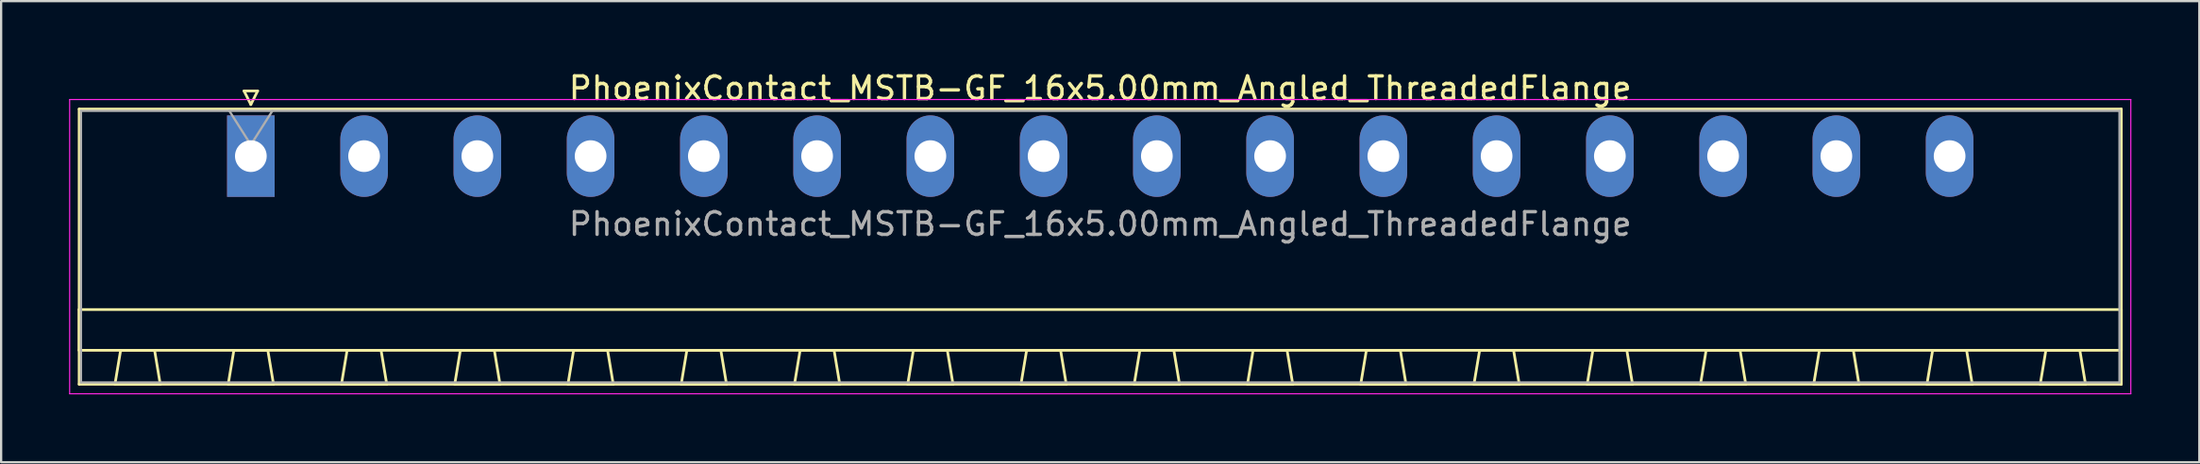
<source format=kicad_pcb>
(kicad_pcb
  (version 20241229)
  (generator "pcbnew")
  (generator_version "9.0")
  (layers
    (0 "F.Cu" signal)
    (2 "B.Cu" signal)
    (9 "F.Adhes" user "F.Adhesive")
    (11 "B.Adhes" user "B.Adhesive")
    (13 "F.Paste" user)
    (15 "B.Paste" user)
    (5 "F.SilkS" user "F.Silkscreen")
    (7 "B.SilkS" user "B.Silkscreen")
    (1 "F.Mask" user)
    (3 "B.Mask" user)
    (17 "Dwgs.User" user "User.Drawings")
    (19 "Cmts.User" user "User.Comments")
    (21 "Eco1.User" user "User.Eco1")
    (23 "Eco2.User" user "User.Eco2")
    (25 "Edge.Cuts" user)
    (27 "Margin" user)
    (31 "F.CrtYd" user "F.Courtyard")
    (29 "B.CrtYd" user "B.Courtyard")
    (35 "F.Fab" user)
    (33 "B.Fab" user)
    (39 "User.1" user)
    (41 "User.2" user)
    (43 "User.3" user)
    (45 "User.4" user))
  (footprint "PhoenixContact_MSTB-GF_16x5.00mm_Angled_ThreadedFlange"
    (layer "F.Cu")
    (at 8.025 3.848)
    (property "Reference" "PhoenixContact_MSTB-GF_16x5.00mm_Angled_ThreadedFlange" (at 37.5 -3 0) (layer "F.SilkS") (effects (font (size 1 1) (thickness 0.15))))
    (attr through_hole)
    (fp_line (start -7.58 -2.08) (end -7.58 10.08) (stroke (width 0.12) (type solid)) (layer "F.SilkS"))
    (fp_line (start -7.58 6.78) (end 82.58 6.78) (stroke (width 0.12) (type solid)) (layer "F.SilkS"))
    (fp_line (start -7.58 8.58) (end -7.58 6.78) (stroke (width 0.12) (type solid)) (layer "F.SilkS"))
    (fp_line (start -7.58 10.08) (end 82.58 10.08) (stroke (width 0.12) (type solid)) (layer "F.SilkS"))
    (fp_line (start -6 10.08) (end -4 10.08) (stroke (width 0.12) (type solid)) (layer "F.SilkS"))
    (fp_line (start -5.75 8.58) (end -6 10.08) (stroke (width 0.12) (type solid)) (layer "F.SilkS"))
    (fp_line (start -4.25 8.58) (end -5.75 8.58) (stroke (width 0.12) (type solid)) (layer "F.SilkS"))
    (fp_line (start -4 10.08) (end -4.25 8.58) (stroke (width 0.12) (type solid)) (layer "F.SilkS"))
    (fp_line (start -1 10.08) (end 1 10.08) (stroke (width 0.12) (type solid)) (layer "F.SilkS"))
    (fp_line (start -0.75 8.58) (end -1 10.08) (stroke (width 0.12) (type solid)) (layer "F.SilkS"))
    (fp_line (start -0.3 -2.88) (end 0.3 -2.88) (stroke (width 0.12) (type solid)) (layer "F.SilkS"))
    (fp_line (start 0 -2.28) (end -0.3 -2.88) (stroke (width 0.12) (type solid)) (layer "F.SilkS"))
    (fp_line (start 0.3 -2.88) (end 0 -2.28) (stroke (width 0.12) (type solid)) (layer "F.SilkS"))
    (fp_line (start 0.75 8.58) (end -0.75 8.58) (stroke (width 0.12) (type solid)) (layer "F.SilkS"))
    (fp_line (start 1 10.08) (end 0.75 8.58) (stroke (width 0.12) (type solid)) (layer "F.SilkS"))
    (fp_line (start 4 10.08) (end 6 10.08) (stroke (width 0.12) (type solid)) (layer "F.SilkS"))
    (fp_line (start 4.25 8.58) (end 4 10.08) (stroke (width 0.12) (type solid)) (layer "F.SilkS"))
    (fp_line (start 5.75 8.58) (end 4.25 8.58) (stroke (width 0.12) (type solid)) (layer "F.SilkS"))
    (fp_line (start 6 10.08) (end 5.75 8.58) (stroke (width 0.12) (type solid)) (layer "F.SilkS"))
    (fp_line (start 9 10.08) (end 11 10.08) (stroke (width 0.12) (type solid)) (layer "F.SilkS"))
    (fp_line (start 9.25 8.58) (end 9 10.08) (stroke (width 0.12) (type solid)) (layer "F.SilkS"))
    (fp_line (start 10.75 8.58) (end 9.25 8.58) (stroke (width 0.12) (type solid)) (layer "F.SilkS"))
    (fp_line (start 11 10.08) (end 10.75 8.58) (stroke (width 0.12) (type solid)) (layer "F.SilkS"))
    (fp_line (start 14 10.08) (end 16 10.08) (stroke (width 0.12) (type solid)) (layer "F.SilkS"))
    (fp_line (start 14.25 8.58) (end 14 10.08) (stroke (width 0.12) (type solid)) (layer "F.SilkS"))
    (fp_line (start 15.75 8.58) (end 14.25 8.58) (stroke (width 0.12) (type solid)) (layer "F.SilkS"))
    (fp_line (start 16 10.08) (end 15.75 8.58) (stroke (width 0.12) (type solid)) (layer "F.SilkS"))
    (fp_line (start 19 10.08) (end 21 10.08) (stroke (width 0.12) (type solid)) (layer "F.SilkS"))
    (fp_line (start 19.25 8.58) (end 19 10.08) (stroke (width 0.12) (type solid)) (layer "F.SilkS"))
    (fp_line (start 20.75 8.58) (end 19.25 8.58) (stroke (width 0.12) (type solid)) (layer "F.SilkS"))
    (fp_line (start 21 10.08) (end 20.75 8.58) (stroke (width 0.12) (type solid)) (layer "F.SilkS"))
    (fp_line (start 24 10.08) (end 26 10.08) (stroke (width 0.12) (type solid)) (layer "F.SilkS"))
    (fp_line (start 24.25 8.58) (end 24 10.08) (stroke (width 0.12) (type solid)) (layer "F.SilkS"))
    (fp_line (start 25.75 8.58) (end 24.25 8.58) (stroke (width 0.12) (type solid)) (layer "F.SilkS"))
    (fp_line (start 26 10.08) (end 25.75 8.58) (stroke (width 0.12) (type solid)) (layer "F.SilkS"))
    (fp_line (start 29 10.08) (end 31 10.08) (stroke (width 0.12) (type solid)) (layer "F.SilkS"))
    (fp_line (start 29.25 8.58) (end 29 10.08) (stroke (width 0.12) (type solid)) (layer "F.SilkS"))
    (fp_line (start 30.75 8.58) (end 29.25 8.58) (stroke (width 0.12) (type solid)) (layer "F.SilkS"))
    (fp_line (start 31 10.08) (end 30.75 8.58) (stroke (width 0.12) (type solid)) (layer "F.SilkS"))
    (fp_line (start 34 10.08) (end 36 10.08) (stroke (width 0.12) (type solid)) (layer "F.SilkS"))
    (fp_line (start 34.25 8.58) (end 34 10.08) (stroke (width 0.12) (type solid)) (layer "F.SilkS"))
    (fp_line (start 35.75 8.58) (end 34.25 8.58) (stroke (width 0.12) (type solid)) (layer "F.SilkS"))
    (fp_line (start 36 10.08) (end 35.75 8.58) (stroke (width 0.12) (type solid)) (layer "F.SilkS"))
    (fp_line (start 39 10.08) (end 41 10.08) (stroke (width 0.12) (type solid)) (layer "F.SilkS"))
    (fp_line (start 39.25 8.58) (end 39 10.08) (stroke (width 0.12) (type solid)) (layer "F.SilkS"))
    (fp_line (start 40.75 8.58) (end 39.25 8.58) (stroke (width 0.12) (type solid)) (layer "F.SilkS"))
    (fp_line (start 41 10.08) (end 40.75 8.58) (stroke (width 0.12) (type solid)) (layer "F.SilkS"))
    (fp_line (start 44 10.08) (end 46 10.08) (stroke (width 0.12) (type solid)) (layer "F.SilkS"))
    (fp_line (start 44.25 8.58) (end 44 10.08) (stroke (width 0.12) (type solid)) (layer "F.SilkS"))
    (fp_line (start 45.75 8.58) (end 44.25 8.58) (stroke (width 0.12) (type solid)) (layer "F.SilkS"))
    (fp_line (start 46 10.08) (end 45.75 8.58) (stroke (width 0.12) (type solid)) (layer "F.SilkS"))
    (fp_line (start 49 10.08) (end 51 10.08) (stroke (width 0.12) (type solid)) (layer "F.SilkS"))
    (fp_line (start 49.25 8.58) (end 49 10.08) (stroke (width 0.12) (type solid)) (layer "F.SilkS"))
    (fp_line (start 50.75 8.58) (end 49.25 8.58) (stroke (width 0.12) (type solid)) (layer "F.SilkS"))
    (fp_line (start 51 10.08) (end 50.75 8.58) (stroke (width 0.12) (type solid)) (layer "F.SilkS"))
    (fp_line (start 54 10.08) (end 56 10.08) (stroke (width 0.12) (type solid)) (layer "F.SilkS"))
    (fp_line (start 54.25 8.58) (end 54 10.08) (stroke (width 0.12) (type solid)) (layer "F.SilkS"))
    (fp_line (start 55.75 8.58) (end 54.25 8.58) (stroke (width 0.12) (type solid)) (layer "F.SilkS"))
    (fp_line (start 56 10.08) (end 55.75 8.58) (stroke (width 0.12) (type solid)) (layer "F.SilkS"))
    (fp_line (start 59 10.08) (end 61 10.08) (stroke (width 0.12) (type solid)) (layer "F.SilkS"))
    (fp_line (start 59.25 8.58) (end 59 10.08) (stroke (width 0.12) (type solid)) (layer "F.SilkS"))
    (fp_line (start 60.75 8.58) (end 59.25 8.58) (stroke (width 0.12) (type solid)) (layer "F.SilkS"))
    (fp_line (start 61 10.08) (end 60.75 8.58) (stroke (width 0.12) (type solid)) (layer "F.SilkS"))
    (fp_line (start 64 10.08) (end 66 10.08) (stroke (width 0.12) (type solid)) (layer "F.SilkS"))
    (fp_line (start 64.25 8.58) (end 64 10.08) (stroke (width 0.12) (type solid)) (layer "F.SilkS"))
    (fp_line (start 65.75 8.58) (end 64.25 8.58) (stroke (width 0.12) (type solid)) (layer "F.SilkS"))
    (fp_line (start 66 10.08) (end 65.75 8.58) (stroke (width 0.12) (type solid)) (layer "F.SilkS"))
    (fp_line (start 69 10.08) (end 71 10.08) (stroke (width 0.12) (type solid)) (layer "F.SilkS"))
    (fp_line (start 69.25 8.58) (end 69 10.08) (stroke (width 0.12) (type solid)) (layer "F.SilkS"))
    (fp_line (start 70.75 8.58) (end 69.25 8.58) (stroke (width 0.12) (type solid)) (layer "F.SilkS"))
    (fp_line (start 71 10.08) (end 70.75 8.58) (stroke (width 0.12) (type solid)) (layer "F.SilkS"))
    (fp_line (start 74 10.08) (end 76 10.08) (stroke (width 0.12) (type solid)) (layer "F.SilkS"))
    (fp_line (start 74.25 8.58) (end 74 10.08) (stroke (width 0.12) (type solid)) (layer "F.SilkS"))
    (fp_line (start 75.75 8.58) (end 74.25 8.58) (stroke (width 0.12) (type solid)) (layer "F.SilkS"))
    (fp_line (start 76 10.08) (end 75.75 8.58) (stroke (width 0.12) (type solid)) (layer "F.SilkS"))
    (fp_line (start 79 10.08) (end 81 10.08) (stroke (width 0.12) (type solid)) (layer "F.SilkS"))
    (fp_line (start 79.25 8.58) (end 79 10.08) (stroke (width 0.12) (type solid)) (layer "F.SilkS"))
    (fp_line (start 80.75 8.58) (end 79.25 8.58) (stroke (width 0.12) (type solid)) (layer "F.SilkS"))
    (fp_line (start 81 10.08) (end 80.75 8.58) (stroke (width 0.12) (type solid)) (layer "F.SilkS"))
    (fp_line (start 82.58 -2.08) (end -7.58 -2.08) (stroke (width 0.12) (type solid)) (layer "F.SilkS"))
    (fp_line (start 82.58 6.78) (end 82.58 8.58) (stroke (width 0.12) (type solid)) (layer "F.SilkS"))
    (fp_line (start 82.58 8.58) (end -7.58 8.58) (stroke (width 0.12) (type solid)) (layer "F.SilkS"))
    (fp_line (start 82.58 10.08) (end 82.58 -2.08) (stroke (width 0.12) (type solid)) (layer "F.SilkS"))
    (fp_line (start -8 -2.5) (end -8 10.5) (stroke (width 0.05) (type solid)) (layer "F.CrtYd"))
    (fp_line (start -8 10.5) (end 83 10.5) (stroke (width 0.05) (type solid)) (layer "F.CrtYd"))
    (fp_line (start 83 -2.5) (end -8 -2.5) (stroke (width 0.05) (type solid)) (layer "F.CrtYd"))
    (fp_line (start 83 10.5) (end 83 -2.5) (stroke (width 0.05) (type solid)) (layer "F.CrtYd"))
    (fp_line (start -7.5 -2) (end -7.5 10) (stroke (width 0.1) (type solid)) (layer "F.Fab"))
    (fp_line (start -7.5 10) (end 82.5 10) (stroke (width 0.1) (type solid)) (layer "F.Fab"))
    (fp_line (start 0 -0.5) (end -0.95 -2) (stroke (width 0.1) (type solid)) (layer "F.Fab"))
    (fp_line (start 0.95 -2) (end 0 -0.5) (stroke (width 0.1) (type solid)) (layer "F.Fab"))
    (fp_line (start 82.5 -2) (end -7.5 -2) (stroke (width 0.1) (type solid)) (layer "F.Fab"))
    (fp_line (start 82.5 10) (end 82.5 -2) (stroke (width 0.1) (type solid)) (layer "F.Fab"))
    (fp_text user "${REFERENCE}" (at 37.5 3 0) (layer "F.Fab") (effects (font (size 1 1) (thickness 0.15))))
    (pad "1" thru_hole rect (at 0 0) (size 2.1 3.6) (drill 1.4) (layers "*.Cu" "*.Mask"))
    (pad "2" thru_hole oval (at 5 0) (size 2.1 3.6) (drill 1.4) (layers "*.Cu" "*.Mask"))
    (pad "3" thru_hole oval (at 10 0) (size 2.1 3.6) (drill 1.4) (layers "*.Cu" "*.Mask"))
    (pad "4" thru_hole oval (at 15 0) (size 2.1 3.6) (drill 1.4) (layers "*.Cu" "*.Mask"))
    (pad "5" thru_hole oval (at 20 0) (size 2.1 3.6) (drill 1.4) (layers "*.Cu" "*.Mask"))
    (pad "6" thru_hole oval (at 25 0) (size 2.1 3.6) (drill 1.4) (layers "*.Cu" "*.Mask"))
    (pad "7" thru_hole oval (at 30 0) (size 2.1 3.6) (drill 1.4) (layers "*.Cu" "*.Mask"))
    (pad "8" thru_hole oval (at 35 0) (size 2.1 3.6) (drill 1.4) (layers "*.Cu" "*.Mask"))
    (pad "9" thru_hole oval (at 40 0) (size 2.1 3.6) (drill 1.4) (layers "*.Cu" "*.Mask"))
    (pad "10" thru_hole oval (at 45 0) (size 2.1 3.6) (drill 1.4) (layers "*.Cu" "*.Mask"))
    (pad "11" thru_hole oval (at 50 0) (size 2.1 3.6) (drill 1.4) (layers "*.Cu" "*.Mask"))
    (pad "12" thru_hole oval (at 55 0) (size 2.1 3.6) (drill 1.4) (layers "*.Cu" "*.Mask"))
    (pad "13" thru_hole oval (at 60 0) (size 2.1 3.6) (drill 1.4) (layers "*.Cu" "*.Mask"))
    (pad "14" thru_hole oval (at 65 0) (size 2.1 3.6) (drill 1.4) (layers "*.Cu" "*.Mask"))
    (pad "15" thru_hole oval (at 70 0) (size 2.1 3.6) (drill 1.4) (layers "*.Cu" "*.Mask"))
    (pad "16" thru_hole oval (at 75 0) (size 2.1 3.6) (drill 1.4) (layers "*.Cu" "*.Mask")))
  (gr_rect
    (start -3 -3)
    (end 94.05 17.373)
    (stroke (width 0.1) (type default))
    (fill no)
    (layer "Edge.Cuts")))
</source>
